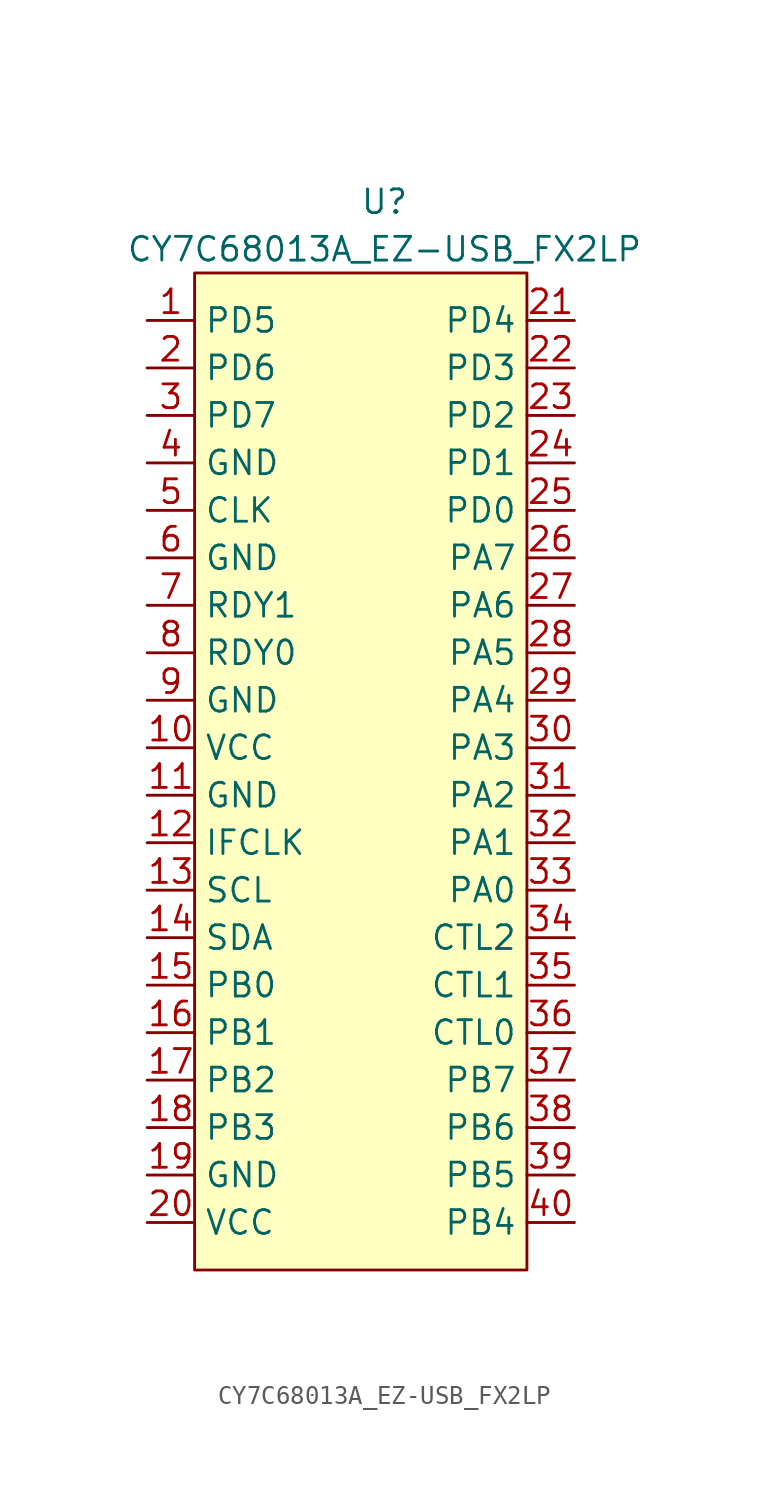
<source format=kicad_sym>
(kicad_symbol_lib
  (version 20211014)
  (generator kicad_symbol_editor)
  (symbol "CY7C68013A_EZ-USB_FX2LP"
    (property "Reference" "U"
      (at 0 2.54 0)
      (effects (font (size 1.27 1.27))))
    (property "Value" "CY7C68013A_EZ-USB_FX2LP"
      (at 0 0 0)
      (effects (font (size 1.27 1.27))))
    (symbol "CY7C68013A_EZ-USB_FX2LP_0_1"
      (rectangle (start -10.16 -1.27) (end 7.62 -54.61) (stroke (width 0) (type default) (color 0 0 0 0)) (fill (type background))))
    (symbol "CY7C68013A_EZ-USB_FX2LP_1_1"
      (pin bidirectional line (at -12.7 -3.81 0) (length 2.54) (name "PD5" (effects (font (size 1.27 1.27)))) (number "1" (effects (font (size 1.27 1.27)))))
      (pin bidirectional line (at -12.7 -26.67 0) (length 2.54) (name "VCC" (effects (font (size 1.27 1.27)))) (number "10" (effects (font (size 1.27 1.27)))))
      (pin bidirectional line (at -12.7 -29.21 0) (length 2.54) (name "GND" (effects (font (size 1.27 1.27)))) (number "11" (effects (font (size 1.27 1.27)))))
      (pin bidirectional line (at -12.7 -31.75 0) (length 2.54) (name "IFCLK" (effects (font (size 1.27 1.27)))) (number "12" (effects (font (size 1.27 1.27)))))
      (pin bidirectional line (at -12.7 -34.29 0) (length 2.54) (name "SCL" (effects (font (size 1.27 1.27)))) (number "13" (effects (font (size 1.27 1.27)))))
      (pin bidirectional line (at -12.7 -36.83 0) (length 2.54) (name "SDA" (effects (font (size 1.27 1.27)))) (number "14" (effects (font (size 1.27 1.27)))))
      (pin bidirectional line (at -12.7 -39.37 0) (length 2.54) (name "PB0" (effects (font (size 1.27 1.27)))) (number "15" (effects (font (size 1.27 1.27)))))
      (pin bidirectional line (at -12.7 -41.91 0) (length 2.54) (name "PB1" (effects (font (size 1.27 1.27)))) (number "16" (effects (font (size 1.27 1.27)))))
      (pin bidirectional line (at -12.7 -44.45 0) (length 2.54) (name "PB2" (effects (font (size 1.27 1.27)))) (number "17" (effects (font (size 1.27 1.27)))))
      (pin bidirectional line (at -12.7 -46.99 0) (length 2.54) (name "PB3" (effects (font (size 1.27 1.27)))) (number "18" (effects (font (size 1.27 1.27)))))
      (pin bidirectional line (at -12.7 -49.53 0) (length 2.54) (name "GND" (effects (font (size 1.27 1.27)))) (number "19" (effects (font (size 1.27 1.27)))))
      (pin bidirectional line (at -12.7 -6.35 0) (length 2.54) (name "PD6" (effects (font (size 1.27 1.27)))) (number "2" (effects (font (size 1.27 1.27)))))
      (pin bidirectional line (at -12.7 -52.07 0) (length 2.54) (name "VCC" (effects (font (size 1.27 1.27)))) (number "20" (effects (font (size 1.27 1.27)))))
      (pin bidirectional line (at 10.16 -3.81 180) (length 2.54) (name "PD4" (effects (font (size 1.27 1.27)))) (number "21" (effects (font (size 1.27 1.27)))))
      (pin bidirectional line (at 10.16 -6.35 180) (length 2.54) (name "PD3" (effects (font (size 1.27 1.27)))) (number "22" (effects (font (size 1.27 1.27)))))
      (pin bidirectional line (at 10.16 -8.89 180) (length 2.54) (name "PD2" (effects (font (size 1.27 1.27)))) (number "23" (effects (font (size 1.27 1.27)))))
      (pin bidirectional line (at 10.16 -11.43 180) (length 2.54) (name "PD1" (effects (font (size 1.27 1.27)))) (number "24" (effects (font (size 1.27 1.27)))))
      (pin bidirectional line (at 10.16 -13.97 180) (length 2.54) (name "PD0" (effects (font (size 1.27 1.27)))) (number "25" (effects (font (size 1.27 1.27)))))
      (pin bidirectional line (at 10.16 -16.51 180) (length 2.54) (name "PA7" (effects (font (size 1.27 1.27)))) (number "26" (effects (font (size 1.27 1.27)))))
      (pin bidirectional line (at 10.16 -19.05 180) (length 2.54) (name "PA6" (effects (font (size 1.27 1.27)))) (number "27" (effects (font (size 1.27 1.27)))))
      (pin bidirectional line (at 10.16 -21.59 180) (length 2.54) (name "PA5" (effects (font (size 1.27 1.27)))) (number "28" (effects (font (size 1.27 1.27)))))
      (pin bidirectional line (at 10.16 -24.13 180) (length 2.54) (name "PA4" (effects (font (size 1.27 1.27)))) (number "29" (effects (font (size 1.27 1.27)))))
      (pin bidirectional line (at -12.7 -8.89 0) (length 2.54) (name "PD7" (effects (font (size 1.27 1.27)))) (number "3" (effects (font (size 1.27 1.27)))))
      (pin bidirectional line (at 10.16 -26.67 180) (length 2.54) (name "PA3" (effects (font (size 1.27 1.27)))) (number "30" (effects (font (size 1.27 1.27)))))
      (pin bidirectional line (at 10.16 -29.21 180) (length 2.54) (name "PA2" (effects (font (size 1.27 1.27)))) (number "31" (effects (font (size 1.27 1.27)))))
      (pin bidirectional line (at 10.16 -31.75 180) (length 2.54) (name "PA1" (effects (font (size 1.27 1.27)))) (number "32" (effects (font (size 1.27 1.27)))))
      (pin bidirectional line (at 10.16 -34.29 180) (length 2.54) (name "PA0" (effects (font (size 1.27 1.27)))) (number "33" (effects (font (size 1.27 1.27)))))
      (pin bidirectional line (at 10.16 -36.83 180) (length 2.54) (name "CTL2" (effects (font (size 1.27 1.27)))) (number "34" (effects (font (size 1.27 1.27)))))
      (pin bidirectional line (at 10.16 -39.37 180) (length 2.54) (name "CTL1" (effects (font (size 1.27 1.27)))) (number "35" (effects (font (size 1.27 1.27)))))
      (pin bidirectional line (at 10.16 -41.91 180) (length 2.54) (name "CTL0" (effects (font (size 1.27 1.27)))) (number "36" (effects (font (size 1.27 1.27)))))
      (pin bidirectional line (at 10.16 -44.45 180) (length 2.54) (name "PB7" (effects (font (size 1.27 1.27)))) (number "37" (effects (font (size 1.27 1.27)))))
      (pin bidirectional line (at 10.16 -46.99 180) (length 2.54) (name "PB6" (effects (font (size 1.27 1.27)))) (number "38" (effects (font (size 1.27 1.27)))))
      (pin bidirectional line (at 10.16 -49.53 180) (length 2.54) (name "PB5" (effects (font (size 1.27 1.27)))) (number "39" (effects (font (size 1.27 1.27)))))
      (pin bidirectional line (at -12.7 -11.43 0) (length 2.54) (name "GND" (effects (font (size 1.27 1.27)))) (number "4" (effects (font (size 1.27 1.27)))))
      (pin bidirectional line (at 10.16 -52.07 180) (length 2.54) (name "PB4" (effects (font (size 1.27 1.27)))) (number "40" (effects (font (size 1.27 1.27)))))
      (pin bidirectional line (at -12.7 -13.97 0) (length 2.54) (name "CLK" (effects (font (size 1.27 1.27)))) (number "5" (effects (font (size 1.27 1.27)))))
      (pin bidirectional line (at -12.7 -16.51 0) (length 2.54) (name "GND" (effects (font (size 1.27 1.27)))) (number "6" (effects (font (size 1.27 1.27)))))
      (pin bidirectional line (at -12.7 -19.05 0) (length 2.54) (name "RDY1" (effects (font (size 1.27 1.27)))) (number "7" (effects (font (size 1.27 1.27)))))
      (pin bidirectional line (at -12.7 -21.59 0) (length 2.54) (name "RDY0" (effects (font (size 1.27 1.27)))) (number "8" (effects (font (size 1.27 1.27)))))
      (pin bidirectional line (at -12.7 -24.13 0) (length 2.54) (name "GND" (effects (font (size 1.27 1.27)))) (number "9" (effects (font (size 1.27 1.27))))))))
</source>
